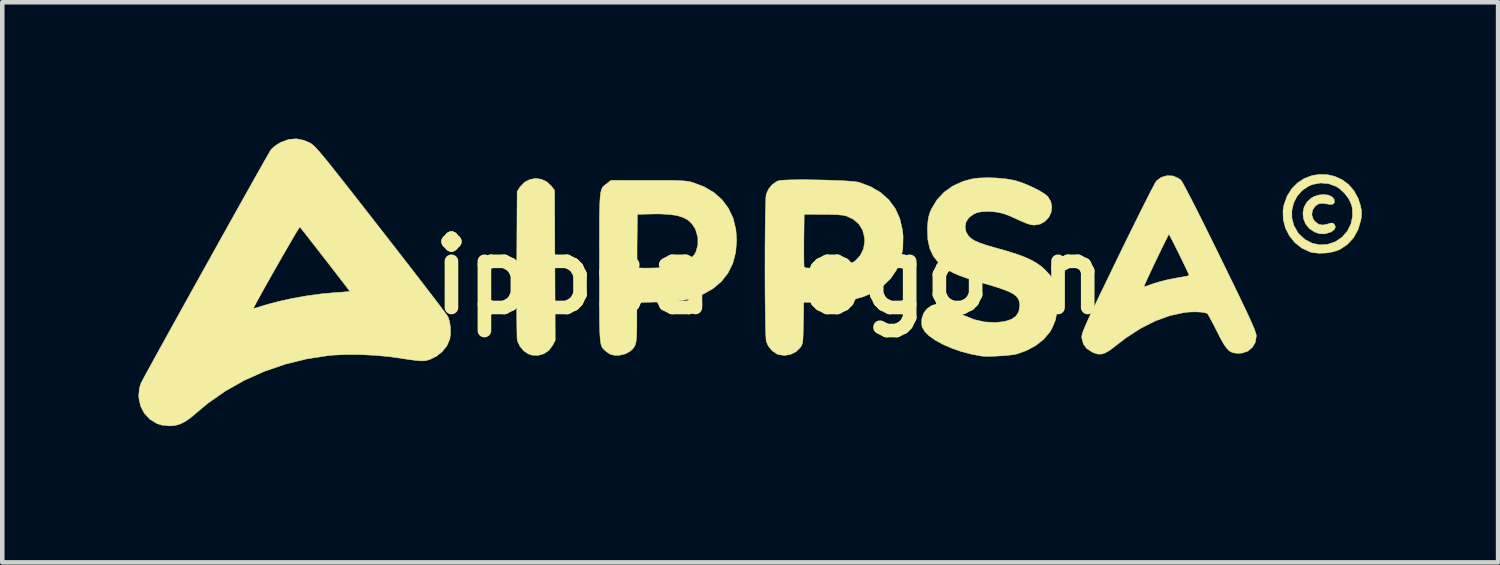
<source format=kicad_pcb>
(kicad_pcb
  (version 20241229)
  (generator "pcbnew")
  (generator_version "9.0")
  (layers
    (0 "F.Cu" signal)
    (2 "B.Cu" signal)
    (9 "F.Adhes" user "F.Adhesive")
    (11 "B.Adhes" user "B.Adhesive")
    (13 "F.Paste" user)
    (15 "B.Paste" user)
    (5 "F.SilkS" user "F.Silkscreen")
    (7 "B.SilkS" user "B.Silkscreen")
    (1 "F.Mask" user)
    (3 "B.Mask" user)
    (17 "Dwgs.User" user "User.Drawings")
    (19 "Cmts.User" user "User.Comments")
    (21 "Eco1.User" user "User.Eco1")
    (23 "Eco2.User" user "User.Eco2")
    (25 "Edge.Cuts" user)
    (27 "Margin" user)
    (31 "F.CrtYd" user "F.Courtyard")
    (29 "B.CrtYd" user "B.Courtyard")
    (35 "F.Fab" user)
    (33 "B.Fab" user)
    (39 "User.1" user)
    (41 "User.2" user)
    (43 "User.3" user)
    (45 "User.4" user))
  (footprint "ippsa logo n"
    (layer "F.Cu")
    (at 13.891 3.029)
    (property "Reference" "ippsa logo n" (at 0 0 0) (layer "F.SilkS") (effects (font (size 1.524 1.524) (thickness 0.3))))
    (attr through_hole)
    (fp_poly (pts (xy -5.026 -2.134) (xy -4.906 -2.079) (xy -4.806 -1.985) (xy -4.805 -1.984) (xy -4.733 -1.89) (xy -4.726 -0.239) (xy -4.719 1.411) (xy -4.776 1.523) (xy -4.857 1.633) (xy -4.967 1.708) (xy -5.095 1.744) (xy -5.229 1.739) (xy -5.308 1.713) (xy -5.407 1.648) (xy -5.491 1.551) (xy -5.545 1.441) (xy -5.557 1.393) (xy -5.559 1.35) (xy -5.561 1.261) (xy -5.563 1.131) (xy -5.565 0.966) (xy -5.566 0.768) (xy -5.566 0.544) (xy -5.566 0.297) (xy -5.566 0.033) (xy -5.565 -0.244) (xy -5.565 -0.289) (xy -5.557 -1.864) (xy -5.491 -1.965) (xy -5.397 -2.065) (xy -5.282 -2.126) (xy -5.155 -2.15) (xy -5.026 -2.134)) (stroke (width 0.01) (type solid)) (fill yes) (layer "F.SilkS"))
    (fp_poly (pts (xy 12.294 -1.785) (xy 12.375 -1.751) (xy 12.423 -1.698) (xy 12.429 -1.682) (xy 12.432 -1.617) (xy 12.398 -1.584) (xy 12.327 -1.58) (xy 12.282 -1.588) (xy 12.174 -1.604) (xy 12.094 -1.594) (xy 12.027 -1.554) (xy 12.003 -1.531) (xy 11.948 -1.444) (xy 11.937 -1.347) (xy 11.969 -1.251) (xy 12.011 -1.197) (xy 12.089 -1.141) (xy 12.178 -1.125) (xy 12.288 -1.148) (xy 12.305 -1.154) (xy 12.367 -1.171) (xy 12.406 -1.163) (xy 12.428 -1.144) (xy 12.456 -1.089) (xy 12.438 -1.034) (xy 12.377 -0.983) (xy 12.336 -0.964) (xy 12.216 -0.93) (xy 12.106 -0.934) (xy 12 -0.971) (xy 11.882 -1.048) (xy 11.799 -1.151) (xy 11.752 -1.269) (xy 11.741 -1.394) (xy 11.766 -1.517) (xy 11.827 -1.628) (xy 11.926 -1.719) (xy 11.977 -1.749) (xy 12.084 -1.785) (xy 12.194 -1.796) (xy 12.294 -1.785)) (stroke (width 0.01) (type solid)) (fill yes) (layer "F.SilkS"))
    (fp_poly (pts (xy 12.276 -2.235) (xy 12.443 -2.196) (xy 12.601 -2.124) (xy 12.743 -2.02) (xy 12.863 -1.882) (xy 12.956 -1.711) (xy 13.004 -1.566) (xy 13.026 -1.46) (xy 13.032 -1.376) (xy 13.024 -1.286) (xy 13.015 -1.231) (xy 12.954 -1.024) (xy 12.855 -0.845) (xy 12.719 -0.698) (xy 12.551 -0.586) (xy 12.544 -0.583) (xy 12.411 -0.537) (xy 12.254 -0.51) (xy 12.092 -0.504) (xy 11.945 -0.521) (xy 11.896 -0.534) (xy 11.717 -0.618) (xy 11.564 -0.738) (xy 11.442 -0.889) (xy 11.355 -1.062) (xy 11.307 -1.25) (xy 11.302 -1.445) (xy 11.497 -1.445) (xy 11.498 -1.278) (xy 11.541 -1.114) (xy 11.627 -0.962) (xy 11.655 -0.927) (xy 11.79 -0.804) (xy 11.945 -0.724) (xy 12.113 -0.689) (xy 12.286 -0.7) (xy 12.457 -0.759) (xy 12.463 -0.762) (xy 12.608 -0.862) (xy 12.721 -0.994) (xy 12.798 -1.15) (xy 12.834 -1.32) (xy 12.828 -1.495) (xy 12.809 -1.574) (xy 12.749 -1.704) (xy 12.654 -1.829) (xy 12.537 -1.934) (xy 12.466 -1.978) (xy 12.301 -2.037) (xy 12.127 -2.051) (xy 11.954 -2.019) (xy 11.869 -1.984) (xy 11.722 -1.885) (xy 11.611 -1.757) (xy 11.535 -1.607) (xy 11.497 -1.445) (xy 11.302 -1.445) (xy 11.302 -1.445) (xy 11.325 -1.575) (xy 11.396 -1.769) (xy 11.499 -1.93) (xy 11.627 -2.057) (xy 11.774 -2.152) (xy 11.936 -2.213) (xy 12.105 -2.24) (xy 12.276 -2.235)) (stroke (width 0.01) (type solid)) (fill yes) (layer "F.SilkS"))
    (fp_poly (pts (xy 0.834 -2.122) (xy 1.025 -2.119) (xy 1.218 -2.115) (xy 1.405 -2.109) (xy 1.579 -2.102) (xy 1.732 -2.093) (xy 1.857 -2.083) (xy 1.944 -2.071) (xy 1.972 -2.065) (xy 2.229 -1.968) (xy 2.447 -1.839) (xy 2.626 -1.679) (xy 2.766 -1.489) (xy 2.866 -1.269) (xy 2.924 -1.021) (xy 2.939 -0.874) (xy 2.933 -0.604) (xy 2.885 -0.358) (xy 2.794 -0.138) (xy 2.661 0.057) (xy 2.487 0.223) (xy 2.403 0.284) (xy 2.241 0.378) (xy 2.064 0.452) (xy 1.867 0.507) (xy 1.642 0.544) (xy 1.383 0.566) (xy 1.083 0.574) (xy 1.069 0.574) (xy 0.752 0.574) (xy 0.745 1.03) (xy 0.741 1.193) (xy 0.738 1.313) (xy 0.733 1.4) (xy 0.725 1.461) (xy 0.714 1.504) (xy 0.698 1.538) (xy 0.678 1.568) (xy 0.583 1.662) (xy 0.462 1.723) (xy 0.329 1.745) (xy 0.198 1.727) (xy 0.162 1.713) (xy 0.055 1.64) (xy -0.03 1.535) (xy -0.072 1.436) (xy -0.078 1.39) (xy -0.083 1.3) (xy -0.088 1.17) (xy -0.091 1.007) (xy -0.094 0.815) (xy -0.097 0.601) (xy -0.099 0.369) (xy -0.1 0.125) (xy -0.101 -0.126) (xy -0.1 -0.378) (xy -0.1 -0.488) (xy 0.754 -0.488) (xy 0.755 -0.363) (xy 0.757 -0.269) (xy 0.76 -0.214) (xy 0.762 -0.204) (xy 0.775 -0.191) (xy 0.808 -0.182) (xy 0.868 -0.177) (xy 0.96 -0.176) (xy 1.092 -0.177) (xy 1.193 -0.18) (xy 1.353 -0.185) (xy 1.472 -0.19) (xy 1.561 -0.198) (xy 1.628 -0.21) (xy 1.685 -0.225) (xy 1.74 -0.247) (xy 1.743 -0.249) (xy 1.889 -0.338) (xy 1.998 -0.458) (xy 2.068 -0.603) (xy 2.094 -0.766) (xy 2.09 -0.851) (xy 2.048 -1.014) (xy 1.965 -1.148) (xy 1.843 -1.253) (xy 1.686 -1.326) (xy 1.607 -1.342) (xy 1.481 -1.353) (xy 1.308 -1.359) (xy 1.174 -1.36) (xy 0.762 -1.361) (xy 0.755 -0.8) (xy 0.754 -0.636) (xy 0.754 -0.488) (xy -0.1 -0.488) (xy -0.1 -0.625) (xy -0.098 -0.864) (xy -0.096 -1.087) (xy -0.094 -1.29) (xy -0.09 -1.467) (xy -0.086 -1.613) (xy -0.082 -1.722) (xy -0.076 -1.789) (xy -0.073 -1.805) (xy -0.024 -1.914) (xy 0.055 -2.011) (xy 0.15 -2.08) (xy 0.196 -2.1) (xy 0.256 -2.109) (xy 0.357 -2.116) (xy 0.493 -2.12) (xy 0.654 -2.122) (xy 0.834 -2.122)) (stroke (width 0.01) (type solid)) (fill yes) (layer "F.SilkS"))
    (fp_poly (pts (xy -2.674 -2.11) (xy -2.444 -2.11) (xy -2.259 -2.109) (xy -2.11 -2.107) (xy -1.994 -2.103) (xy -1.902 -2.098) (xy -1.831 -2.091) (xy -1.772 -2.082) (xy -1.721 -2.07) (xy -1.7 -2.065) (xy -1.446 -1.97) (xy -1.227 -1.842) (xy -1.046 -1.682) (xy -0.904 -1.491) (xy -0.802 -1.273) (xy -0.742 -1.028) (xy -0.725 -0.794) (xy -0.746 -0.527) (xy -0.809 -0.285) (xy -0.914 -0.07) (xy -1.06 0.116) (xy -1.245 0.273) (xy -1.468 0.399) (xy -1.728 0.492) (xy -1.761 0.501) (xy -1.856 0.522) (xy -1.962 0.538) (xy -2.09 0.551) (xy -2.249 0.56) (xy -2.441 0.567) (xy -2.922 0.582) (xy -2.922 1.017) (xy -2.923 1.193) (xy -2.927 1.328) (xy -2.937 1.429) (xy -2.954 1.503) (xy -2.981 1.56) (xy -3.018 1.607) (xy -3.07 1.651) (xy -3.086 1.664) (xy -3.184 1.714) (xy -3.303 1.741) (xy -3.421 1.741) (xy -3.497 1.722) (xy -3.562 1.684) (xy -3.618 1.641) (xy -3.643 1.617) (xy -3.664 1.595) (xy -3.683 1.571) (xy -3.698 1.54) (xy -3.711 1.5) (xy -3.721 1.446) (xy -3.729 1.374) (xy -3.735 1.282) (xy -3.74 1.165) (xy -3.743 1.019) (xy -3.745 0.841) (xy -3.746 0.628) (xy -3.746 0.374) (xy -3.746 0.078) (xy -3.746 -0.187) (xy -3.746 -0.488) (xy -2.918 -0.488) (xy -2.917 -0.363) (xy -2.915 -0.269) (xy -2.912 -0.214) (xy -2.91 -0.204) (xy -2.897 -0.191) (xy -2.864 -0.182) (xy -2.805 -0.178) (xy -2.714 -0.177) (xy -2.584 -0.179) (xy -2.478 -0.182) (xy -2.32 -0.188) (xy -2.178 -0.198) (xy -2.064 -0.209) (xy -1.986 -0.221) (xy -1.966 -0.226) (xy -1.854 -0.284) (xy -1.744 -0.372) (xy -1.656 -0.474) (xy -1.621 -0.536) (xy -1.578 -0.687) (xy -1.579 -0.849) (xy -1.623 -1.009) (xy -1.642 -1.051) (xy -1.708 -1.153) (xy -1.793 -1.233) (xy -1.903 -1.294) (xy -2.042 -1.335) (xy -2.216 -1.36) (xy -2.43 -1.37) (xy -2.597 -1.368) (xy -2.91 -1.361) (xy -2.916 -0.8) (xy -2.918 -0.636) (xy -2.918 -0.488) (xy -3.746 -0.488) (xy -3.746 -0.522) (xy -3.746 -0.811) (xy -3.746 -1.057) (xy -3.745 -1.265) (xy -3.742 -1.437) (xy -3.738 -1.578) (xy -3.733 -1.691) (xy -3.725 -1.779) (xy -3.715 -1.848) (xy -3.702 -1.9) (xy -3.686 -1.938) (xy -3.667 -1.968) (xy -3.644 -1.991) (xy -3.617 -2.013) (xy -3.585 -2.036) (xy -3.58 -2.04) (xy -3.488 -2.11) (xy -2.674 -2.11)) (stroke (width 0.01) (type solid)) (fill yes) (layer "F.SilkS"))
    (fp_poly (pts (xy 4.994 -2.161) (xy 5.193 -2.143) (xy 5.372 -2.112) (xy 5.42 -2.1) (xy 5.547 -2.06) (xy 5.684 -2.005) (xy 5.822 -1.942) (xy 5.948 -1.876) (xy 6.051 -1.812) (xy 6.12 -1.757) (xy 6.128 -1.748) (xy 6.192 -1.638) (xy 6.213 -1.52) (xy 6.197 -1.403) (xy 6.146 -1.296) (xy 6.065 -1.207) (xy 5.959 -1.147) (xy 5.831 -1.124) (xy 5.826 -1.124) (xy 5.749 -1.133) (xy 5.651 -1.164) (xy 5.522 -1.219) (xy 5.463 -1.246) (xy 5.301 -1.32) (xy 5.167 -1.371) (xy 5.048 -1.402) (xy 4.928 -1.419) (xy 4.793 -1.424) (xy 4.79 -1.424) (xy 4.668 -1.418) (xy 4.575 -1.4) (xy 4.495 -1.367) (xy 4.39 -1.291) (xy 4.325 -1.194) (xy 4.304 -1.085) (xy 4.326 -0.972) (xy 4.384 -0.878) (xy 4.438 -0.828) (xy 4.514 -0.78) (xy 4.62 -0.734) (xy 4.762 -0.685) (xy 4.946 -0.631) (xy 4.971 -0.624) (xy 5.223 -0.553) (xy 5.432 -0.487) (xy 5.605 -0.424) (xy 5.748 -0.36) (xy 5.868 -0.293) (xy 5.973 -0.22) (xy 6.06 -0.144) (xy 6.174 -0.021) (xy 6.254 0.107) (xy 6.305 0.252) (xy 6.333 0.426) (xy 6.338 0.516) (xy 6.333 0.753) (xy 6.294 0.961) (xy 6.218 1.146) (xy 6.168 1.231) (xy 6.034 1.389) (xy 5.862 1.526) (xy 5.656 1.637) (xy 5.444 1.713) (xy 5.36 1.729) (xy 5.242 1.743) (xy 5.103 1.754) (xy 4.959 1.762) (xy 4.824 1.765) (xy 4.712 1.763) (xy 4.658 1.758) (xy 4.431 1.715) (xy 4.21 1.656) (xy 4.002 1.583) (xy 3.812 1.5) (xy 3.648 1.41) (xy 3.513 1.315) (xy 3.416 1.219) (xy 3.361 1.124) (xy 3.356 1.108) (xy 3.349 1.044) (xy 3.351 0.96) (xy 3.353 0.933) (xy 3.39 0.817) (xy 3.464 0.72) (xy 3.566 0.648) (xy 3.684 0.61) (xy 3.805 0.613) (xy 3.866 0.635) (xy 3.95 0.676) (xy 4.034 0.725) (xy 4.276 0.863) (xy 4.507 0.957) (xy 4.734 1.008) (xy 4.966 1.02) (xy 4.995 1.019) (xy 5.181 0.997) (xy 5.324 0.95) (xy 5.426 0.878) (xy 5.486 0.779) (xy 5.507 0.654) (xy 5.507 0.649) (xy 5.501 0.572) (xy 5.478 0.506) (xy 5.435 0.447) (xy 5.367 0.393) (xy 5.269 0.341) (xy 5.136 0.288) (xy 4.964 0.231) (xy 4.748 0.167) (xy 4.725 0.161) (xy 4.504 0.096) (xy 4.324 0.039) (xy 4.177 -0.015) (xy 4.056 -0.067) (xy 3.953 -0.121) (xy 3.879 -0.166) (xy 3.723 -0.292) (xy 3.606 -0.438) (xy 3.527 -0.607) (xy 3.484 -0.805) (xy 3.475 -1.037) (xy 3.477 -1.087) (xy 3.487 -1.215) (xy 3.504 -1.314) (xy 3.532 -1.404) (xy 3.567 -1.484) (xy 3.687 -1.682) (xy 3.845 -1.851) (xy 4.038 -1.987) (xy 4.263 -2.088) (xy 4.446 -2.138) (xy 4.603 -2.16) (xy 4.792 -2.167) (xy 4.994 -2.161)) (stroke (width 0.01) (type solid)) (fill yes) (layer "F.SilkS"))
    (fp_poly (pts (xy 8.868 -2.207) (xy 8.891 -2.201) (xy 8.973 -2.167) (xy 9.044 -2.123) (xy 9.053 -2.116) (xy 9.076 -2.083) (xy 9.119 -2.007) (xy 9.181 -1.891) (xy 9.261 -1.738) (xy 9.358 -1.549) (xy 9.47 -1.327) (xy 9.595 -1.075) (xy 9.734 -0.795) (xy 9.884 -0.49) (xy 9.915 -0.426) (xy 10.069 -0.111) (xy 10.203 0.163) (xy 10.317 0.398) (xy 10.413 0.598) (xy 10.493 0.766) (xy 10.558 0.905) (xy 10.609 1.018) (xy 10.648 1.109) (xy 10.677 1.179) (xy 10.696 1.234) (xy 10.708 1.275) (xy 10.714 1.306) (xy 10.714 1.322) (xy 10.692 1.457) (xy 10.629 1.567) (xy 10.532 1.648) (xy 10.407 1.692) (xy 10.33 1.698) (xy 10.248 1.694) (xy 10.18 1.678) (xy 10.119 1.644) (xy 10.062 1.587) (xy 10.002 1.5) (xy 9.933 1.38) (xy 9.851 1.219) (xy 9.848 1.215) (xy 9.785 1.089) (xy 9.727 0.979) (xy 9.679 0.892) (xy 9.647 0.837) (xy 9.634 0.821) (xy 9.578 0.803) (xy 9.487 0.791) (xy 9.372 0.786) (xy 9.25 0.789) (xy 9.132 0.8) (xy 9.131 0.8) (xy 8.812 0.869) (xy 8.488 0.987) (xy 8.162 1.153) (xy 7.834 1.366) (xy 7.623 1.529) (xy 7.497 1.626) (xy 7.393 1.687) (xy 7.304 1.716) (xy 7.218 1.714) (xy 7.128 1.684) (xy 7.094 1.667) (xy 6.98 1.591) (xy 6.91 1.497) (xy 6.876 1.375) (xy 6.875 1.365) (xy 6.873 1.342) (xy 6.874 1.317) (xy 6.88 1.285) (xy 6.891 1.245) (xy 6.91 1.193) (xy 6.937 1.126) (xy 6.975 1.04) (xy 7.023 0.932) (xy 7.085 0.799) (xy 7.162 0.638) (xy 7.254 0.445) (xy 7.359 0.228) (xy 8.241 0.228) (xy 8.263 0.228) (xy 8.317 0.212) (xy 8.385 0.187) (xy 8.477 0.155) (xy 8.597 0.12) (xy 8.723 0.088) (xy 8.766 0.078) (xy 8.886 0.054) (xy 9.002 0.032) (xy 9.096 0.016) (xy 9.124 0.012) (xy 9.192 -0.001) (xy 9.231 -0.016) (xy 9.236 -0.024) (xy 9.216 -0.069) (xy 9.18 -0.145) (xy 9.132 -0.246) (xy 9.076 -0.361) (xy 9.016 -0.484) (xy 8.955 -0.606) (xy 8.899 -0.719) (xy 8.85 -0.814) (xy 8.814 -0.883) (xy 8.794 -0.919) (xy 8.791 -0.923) (xy 8.778 -0.901) (xy 8.747 -0.841) (xy 8.702 -0.751) (xy 8.647 -0.638) (xy 8.584 -0.509) (xy 8.518 -0.371) (xy 8.451 -0.232) (xy 8.389 -0.099) (xy 8.333 0.021) (xy 8.287 0.12) (xy 8.256 0.191) (xy 8.242 0.226) (xy 8.241 0.228) (xy 7.359 0.228) (xy 7.364 0.218) (xy 7.493 -0.048) (xy 7.641 -0.355) (xy 7.658 -0.389) (xy 7.789 -0.659) (xy 7.915 -0.916) (xy 8.035 -1.158) (xy 8.145 -1.381) (xy 8.245 -1.58) (xy 8.332 -1.753) (xy 8.405 -1.895) (xy 8.462 -2.003) (xy 8.501 -2.072) (xy 8.518 -2.099) (xy 8.62 -2.174) (xy 8.742 -2.211) (xy 8.868 -2.207)) (stroke (width 0.01) (type solid)) (fill yes) (layer "F.SilkS"))
    (fp_poly (pts (xy -10.25 -2.99) (xy -10.146 -2.946) (xy -10.12 -2.933) (xy -10.095 -2.918) (xy -10.069 -2.9) (xy -10.039 -2.876) (xy -10.005 -2.843) (xy -9.963 -2.798) (xy -9.912 -2.741) (xy -9.849 -2.667) (xy -9.773 -2.575) (xy -9.682 -2.463) (xy -9.574 -2.326) (xy -9.446 -2.165) (xy -9.296 -1.974) (xy -9.123 -1.754) (xy -8.924 -1.5) (xy -8.698 -1.21) (xy -8.563 -1.037) (xy -8.354 -0.769) (xy -8.154 -0.512) (xy -7.964 -0.267) (xy -7.786 -0.037) (xy -7.623 0.174) (xy -7.478 0.363) (xy -7.351 0.529) (xy -7.246 0.667) (xy -7.165 0.775) (xy -7.11 0.85) (xy -7.083 0.889) (xy -7.081 0.891) (xy -7.045 0.996) (xy -7.025 1.128) (xy -7.023 1.266) (xy -7.04 1.389) (xy -7.041 1.392) (xy -7.103 1.533) (xy -7.205 1.66) (xy -7.335 1.764) (xy -7.483 1.837) (xy -7.586 1.863) (xy -7.668 1.865) (xy -7.796 1.854) (xy -7.969 1.831) (xy -8.098 1.81) (xy -8.387 1.77) (xy -8.697 1.742) (xy -9.012 1.727) (xy -9.318 1.725) (xy -9.597 1.738) (xy -9.694 1.746) (xy -10.181 1.82) (xy -10.658 1.937) (xy -11.119 2.095) (xy -11.56 2.292) (xy -11.975 2.526) (xy -12.36 2.794) (xy -12.588 2.984) (xy -12.732 3.106) (xy -12.855 3.194) (xy -12.966 3.251) (xy -13.073 3.284) (xy -13.186 3.296) (xy -13.212 3.296) (xy -13.381 3.279) (xy -13.487 3.245) (xy -13.644 3.148) (xy -13.764 3.019) (xy -13.845 2.864) (xy -13.883 2.686) (xy -13.886 2.622) (xy -13.873 2.473) (xy -13.839 2.36) (xy -13.817 2.318) (xy -13.774 2.236) (xy -13.71 2.118) (xy -13.627 1.967) (xy -13.529 1.787) (xy -13.415 1.581) (xy -13.289 1.353) (xy -13.152 1.105) (xy -13.006 0.842) (xy -12.93 0.705) (xy -11.36 0.705) (xy -11.344 0.708) (xy -11.295 0.696) (xy -11.26 0.685) (xy -11.194 0.664) (xy -11.094 0.634) (xy -10.971 0.6) (xy -10.839 0.565) (xy -10.823 0.561) (xy -10.528 0.494) (xy -10.204 0.436) (xy -9.875 0.391) (xy -9.56 0.361) (xy -9.522 0.359) (xy -9.41 0.352) (xy -9.32 0.344) (xy -9.26 0.338) (xy -9.241 0.333) (xy -9.256 0.313) (xy -9.297 0.258) (xy -9.36 0.175) (xy -9.442 0.069) (xy -9.538 -0.055) (xy -9.643 -0.191) (xy -9.754 -0.334) (xy -9.867 -0.479) (xy -9.976 -0.62) (xy -10.079 -0.751) (xy -10.17 -0.868) (xy -10.246 -0.965) (xy -10.302 -1.036) (xy -10.335 -1.076) (xy -10.34 -1.082) (xy -10.354 -1.064) (xy -10.39 -1.008) (xy -10.444 -0.92) (xy -10.512 -0.804) (xy -10.592 -0.666) (xy -10.681 -0.512) (xy -10.776 -0.347) (xy -10.873 -0.177) (xy -10.97 -0.007) (xy -11.062 0.157) (xy -11.148 0.31) (xy -11.223 0.447) (xy -11.286 0.561) (xy -11.332 0.648) (xy -11.358 0.702) (xy -11.36 0.705) (xy -12.93 0.705) (xy -12.853 0.566) (xy -12.695 0.281) (xy -12.533 -0.009) (xy -12.37 -0.302) (xy -12.207 -0.594) (xy -12.047 -0.882) (xy -11.891 -1.161) (xy -11.741 -1.43) (xy -11.599 -1.684) (xy -11.466 -1.92) (xy -11.346 -2.135) (xy -11.239 -2.325) (xy -11.147 -2.487) (xy -11.073 -2.617) (xy -11.018 -2.713) (xy -10.984 -2.771) (xy -10.974 -2.786) (xy -10.917 -2.842) (xy -10.833 -2.903) (xy -10.758 -2.946) (xy -10.586 -3.01) (xy -10.418 -3.024) (xy -10.25 -2.99)) (stroke (width 0.01) (type solid)) (fill yes) (layer "F.SilkS")))
  (gr_rect
    (start -3 -3)
    (end 29.928 9.33)
    (stroke (width 0.1) (type default))
    (fill no)
    (layer "Edge.Cuts")))
</source>
